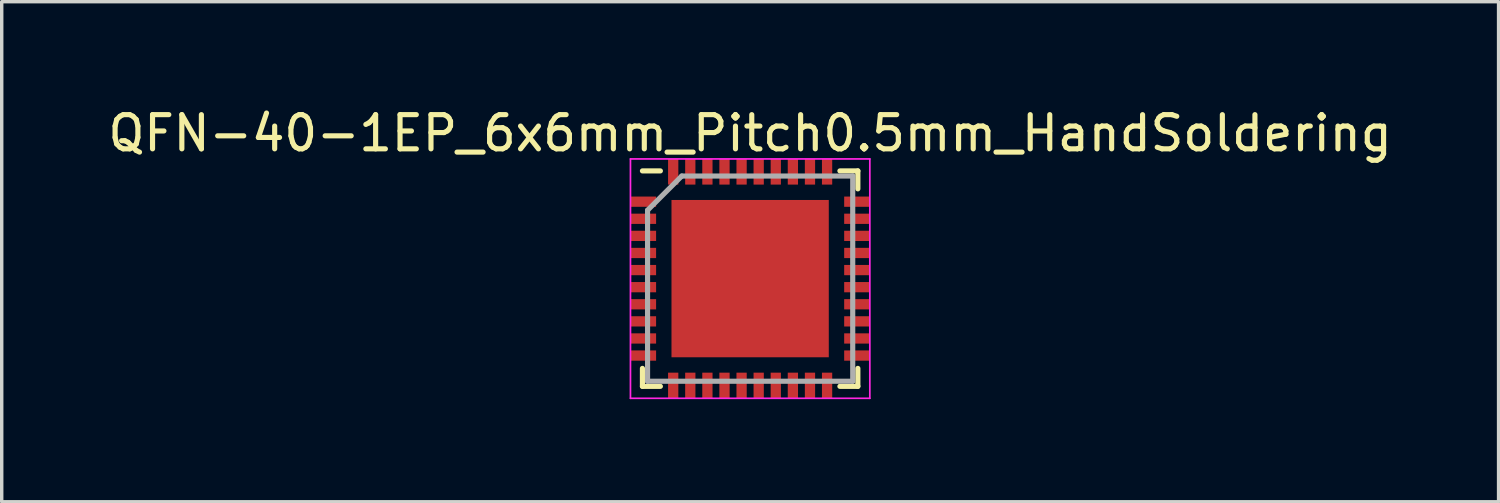
<source format=kicad_pcb>
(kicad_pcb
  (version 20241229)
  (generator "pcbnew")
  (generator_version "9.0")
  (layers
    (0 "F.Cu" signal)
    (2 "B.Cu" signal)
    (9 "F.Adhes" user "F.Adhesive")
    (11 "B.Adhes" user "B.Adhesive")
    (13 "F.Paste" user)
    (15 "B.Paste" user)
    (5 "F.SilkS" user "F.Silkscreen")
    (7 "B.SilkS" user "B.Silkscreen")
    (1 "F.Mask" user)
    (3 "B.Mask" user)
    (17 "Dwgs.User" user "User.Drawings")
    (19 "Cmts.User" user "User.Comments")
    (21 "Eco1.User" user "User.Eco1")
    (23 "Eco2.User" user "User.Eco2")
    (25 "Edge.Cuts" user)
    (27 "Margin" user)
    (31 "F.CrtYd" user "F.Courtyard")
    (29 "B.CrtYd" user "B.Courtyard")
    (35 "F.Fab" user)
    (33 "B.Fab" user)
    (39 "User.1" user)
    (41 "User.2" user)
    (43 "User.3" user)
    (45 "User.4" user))
  (footprint "QFN-40-1EP_6x6mm_Pitch0.5mm_HandSoldering"
    (layer "F.Cu")
    (at 18.887 5.098)
    (property "Reference" "QFN-40-1EP_6x6mm_Pitch0.5mm_HandSoldering" (at 0 -4.25 0) (layer "F.SilkS") (effects (font (size 1 1) (thickness 0.15))))
    (attr smd)
    (fp_line (start -3.15 -3.15) (end -2.625 -3.15) (stroke (width 0.15) (type solid)) (layer "F.SilkS"))
    (fp_line (start -3.15 3.15) (end -3.15 2.625) (stroke (width 0.15) (type solid)) (layer "F.SilkS"))
    (fp_line (start -3.15 3.15) (end -2.625 3.15) (stroke (width 0.15) (type solid)) (layer "F.SilkS"))
    (fp_line (start 3.15 -3.15) (end 2.625 -3.15) (stroke (width 0.15) (type solid)) (layer "F.SilkS"))
    (fp_line (start 3.15 -3.15) (end 3.15 -2.625) (stroke (width 0.15) (type solid)) (layer "F.SilkS"))
    (fp_line (start 3.15 3.15) (end 2.625 3.15) (stroke (width 0.15) (type solid)) (layer "F.SilkS"))
    (fp_line (start 3.15 3.15) (end 3.15 2.625) (stroke (width 0.15) (type solid)) (layer "F.SilkS"))
    (fp_line (start -3.5 -3.5) (end -3.5 3.5) (stroke (width 0.05) (type solid)) (layer "F.CrtYd"))
    (fp_line (start -3.5 -3.5) (end 3.5 -3.5) (stroke (width 0.05) (type solid)) (layer "F.CrtYd"))
    (fp_line (start -3.5 3.5) (end 3.5 3.5) (stroke (width 0.05) (type solid)) (layer "F.CrtYd"))
    (fp_line (start 3.5 -3.5) (end 3.5 3.5) (stroke (width 0.05) (type solid)) (layer "F.CrtYd"))
    (fp_line (start -3 -2) (end -2 -3) (stroke (width 0.15) (type solid)) (layer "F.Fab"))
    (fp_line (start -3 3) (end -3 -2) (stroke (width 0.15) (type solid)) (layer "F.Fab"))
    (fp_line (start -2 -3) (end 3 -3) (stroke (width 0.15) (type solid)) (layer "F.Fab"))
    (fp_line (start 3 -3) (end 3 3) (stroke (width 0.15) (type solid)) (layer "F.Fab"))
    (fp_line (start 3 3) (end -3 3) (stroke (width 0.15) (type solid)) (layer "F.Fab"))
    (pad "1" smd rect (at -3.125 -2.25) (size 0.75 0.3) (layers "F.Cu" "F.Mask" "F.Paste"))
    (pad "2" smd rect (at -3.125 -1.75) (size 0.75 0.3) (layers "F.Cu" "F.Mask" "F.Paste"))
    (pad "3" smd rect (at -3.125 -1.25) (size 0.75 0.3) (layers "F.Cu" "F.Mask" "F.Paste"))
    (pad "4" smd rect (at -3.125 -0.75) (size 0.75 0.3) (layers "F.Cu" "F.Mask" "F.Paste"))
    (pad "5" smd rect (at -3.125 -0.25) (size 0.75 0.3) (layers "F.Cu" "F.Mask" "F.Paste"))
    (pad "6" smd rect (at -3.125 0.25) (size 0.75 0.3) (layers "F.Cu" "F.Mask" "F.Paste"))
    (pad "7" smd rect (at -3.125 0.75) (size 0.75 0.3) (layers "F.Cu" "F.Mask" "F.Paste"))
    (pad "8" smd rect (at -3.125 1.25) (size 0.75 0.3) (layers "F.Cu" "F.Mask" "F.Paste"))
    (pad "9" smd rect (at -3.125 1.75) (size 0.75 0.3) (layers "F.Cu" "F.Mask" "F.Paste"))
    (pad "10" smd rect (at -3.125 2.25) (size 0.75 0.3) (layers "F.Cu" "F.Mask" "F.Paste"))
    (pad "11" smd rect (at -2.25 3.125 90) (size 0.75 0.3) (layers "F.Cu" "F.Mask" "F.Paste"))
    (pad "12" smd rect (at -1.75 3.125 90) (size 0.75 0.3) (layers "F.Cu" "F.Mask" "F.Paste"))
    (pad "13" smd rect (at -1.25 3.125 90) (size 0.75 0.3) (layers "F.Cu" "F.Mask" "F.Paste"))
    (pad "14" smd rect (at -0.75 3.125 90) (size 0.75 0.3) (layers "F.Cu" "F.Mask" "F.Paste"))
    (pad "15" smd rect (at -0.25 3.125 90) (size 0.75 0.3) (layers "F.Cu" "F.Mask" "F.Paste"))
    (pad "16" smd rect (at 0.25 3.125 90) (size 0.75 0.3) (layers "F.Cu" "F.Mask" "F.Paste"))
    (pad "17" smd rect (at 0.75 3.125 90) (size 0.75 0.3) (layers "F.Cu" "F.Mask" "F.Paste"))
    (pad "18" smd rect (at 1.25 3.125 90) (size 0.75 0.3) (layers "F.Cu" "F.Mask" "F.Paste"))
    (pad "19" smd rect (at 1.75 3.125 90) (size 0.75 0.3) (layers "F.Cu" "F.Mask" "F.Paste"))
    (pad "20" smd rect (at 2.25 3.125 90) (size 0.75 0.3) (layers "F.Cu" "F.Mask" "F.Paste"))
    (pad "21" smd rect (at 3.125 2.25) (size 0.75 0.3) (layers "F.Cu" "F.Mask" "F.Paste"))
    (pad "22" smd rect (at 3.125 1.75) (size 0.75 0.3) (layers "F.Cu" "F.Mask" "F.Paste"))
    (pad "23" smd rect (at 3.125 1.25) (size 0.75 0.3) (layers "F.Cu" "F.Mask" "F.Paste"))
    (pad "24" smd rect (at 3.125 0.75) (size 0.75 0.3) (layers "F.Cu" "F.Mask" "F.Paste"))
    (pad "25" smd rect (at 3.125 0.25) (size 0.75 0.3) (layers "F.Cu" "F.Mask" "F.Paste"))
    (pad "26" smd rect (at 3.125 -0.25) (size 0.75 0.3) (layers "F.Cu" "F.Mask" "F.Paste"))
    (pad "27" smd rect (at 3.125 -0.75) (size 0.75 0.3) (layers "F.Cu" "F.Mask" "F.Paste"))
    (pad "28" smd rect (at 3.125 -1.25) (size 0.75 0.3) (layers "F.Cu" "F.Mask" "F.Paste"))
    (pad "29" smd rect (at 3.125 -1.75) (size 0.75 0.3) (layers "F.Cu" "F.Mask" "F.Paste"))
    (pad "30" smd rect (at 3.125 -2.25) (size 0.75 0.3) (layers "F.Cu" "F.Mask" "F.Paste"))
    (pad "31" smd rect (at 2.25 -3.125 90) (size 0.75 0.3) (layers "F.Cu" "F.Mask" "F.Paste"))
    (pad "32" smd rect (at 1.75 -3.125 90) (size 0.75 0.3) (layers "F.Cu" "F.Mask" "F.Paste"))
    (pad "33" smd rect (at 1.25 -3.125 90) (size 0.75 0.3) (layers "F.Cu" "F.Mask" "F.Paste"))
    (pad "34" smd rect (at 0.75 -3.125 90) (size 0.75 0.3) (layers "F.Cu" "F.Mask" "F.Paste"))
    (pad "35" smd rect (at 0.25 -3.125 90) (size 0.75 0.3) (layers "F.Cu" "F.Mask" "F.Paste"))
    (pad "36" smd rect (at -0.25 -3.125 90) (size 0.75 0.3) (layers "F.Cu" "F.Mask" "F.Paste"))
    (pad "37" smd rect (at -0.75 -3.125 90) (size 0.75 0.3) (layers "F.Cu" "F.Mask" "F.Paste"))
    (pad "38" smd rect (at -1.25 -3.125 90) (size 0.75 0.3) (layers "F.Cu" "F.Mask" "F.Paste"))
    (pad "39" smd rect (at -1.75 -3.125 90) (size 0.75 0.3) (layers "F.Cu" "F.Mask" "F.Paste"))
    (pad "40" smd rect (at -2.25 -3.125 90) (size 0.75 0.3) (layers "F.Cu" "F.Mask" "F.Paste"))
    (pad "41" smd rect (at 0 0) (size 4.6 4.6) (layers "F.Cu" "F.Mask" "F.Paste")))
  (gr_rect
    (start -3 -3)
    (end 40.774 11.623)
    (stroke (width 0.1) (type default))
    (fill no)
    (layer "Edge.Cuts")))
</source>
